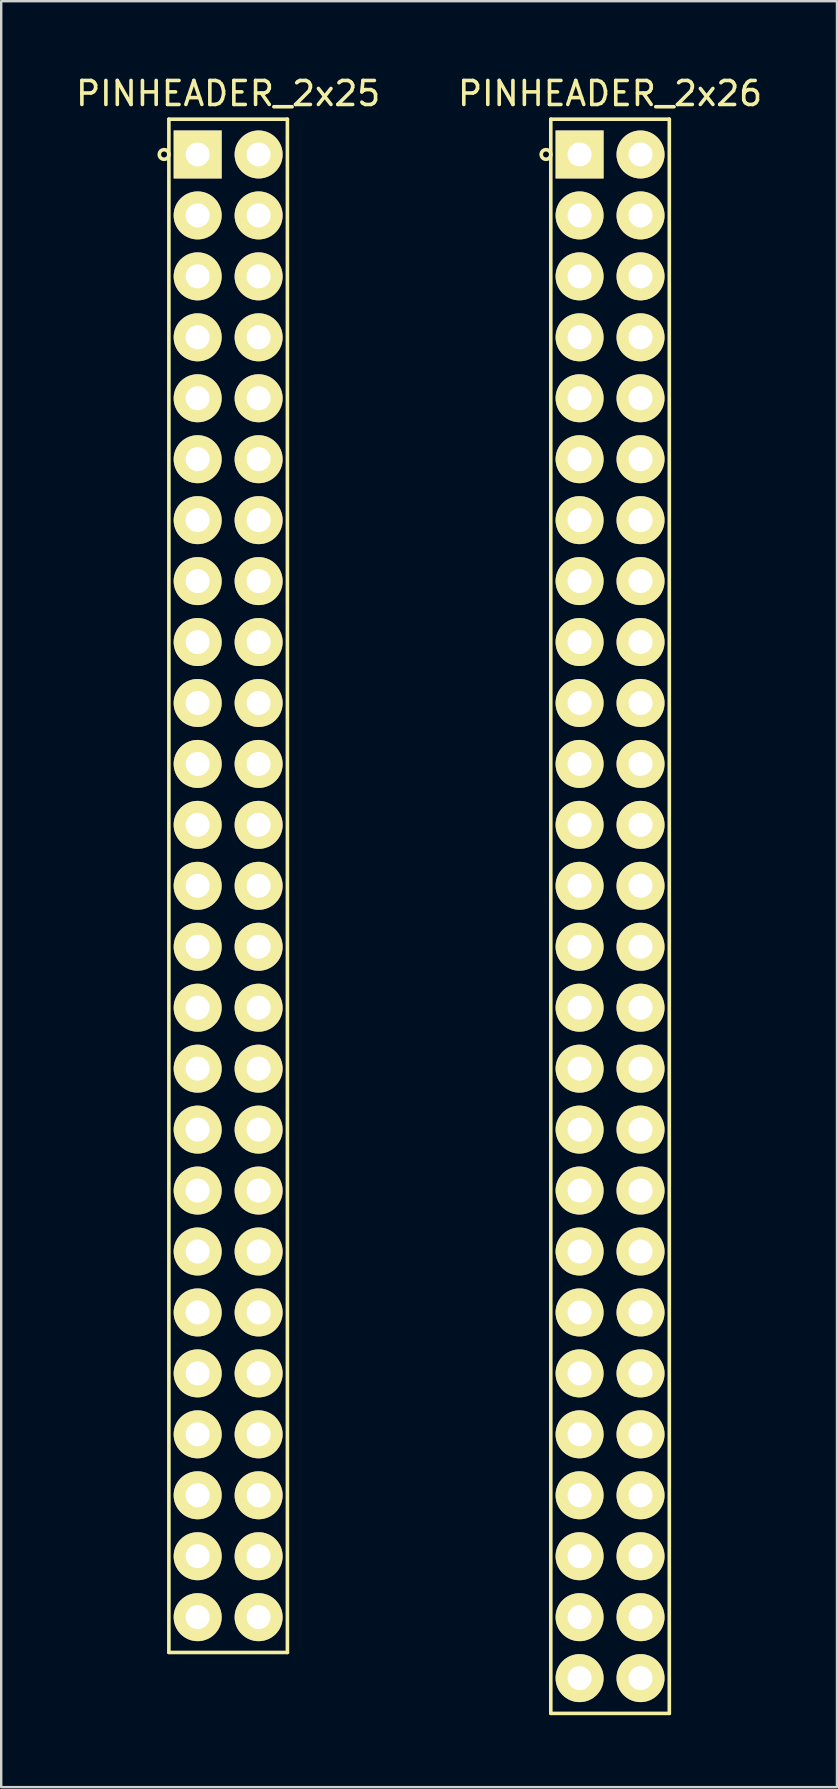
<source format=kicad_pcb>
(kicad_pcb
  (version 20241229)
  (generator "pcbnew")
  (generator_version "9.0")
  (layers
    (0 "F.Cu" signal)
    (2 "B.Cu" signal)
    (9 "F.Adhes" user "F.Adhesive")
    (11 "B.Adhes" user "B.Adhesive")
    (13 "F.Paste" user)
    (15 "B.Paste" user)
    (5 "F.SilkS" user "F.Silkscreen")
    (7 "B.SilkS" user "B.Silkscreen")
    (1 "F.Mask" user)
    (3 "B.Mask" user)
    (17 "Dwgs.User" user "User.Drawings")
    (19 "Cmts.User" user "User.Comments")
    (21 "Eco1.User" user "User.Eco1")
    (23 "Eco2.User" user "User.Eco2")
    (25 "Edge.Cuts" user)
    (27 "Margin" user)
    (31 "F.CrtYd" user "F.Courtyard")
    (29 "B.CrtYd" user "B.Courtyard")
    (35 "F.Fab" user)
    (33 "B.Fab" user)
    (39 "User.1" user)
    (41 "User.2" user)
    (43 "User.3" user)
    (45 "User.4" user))
  (footprint "PINHEADER_2x25"
    (layer "F.Cu")
    (at 5.188 3.388)
    (property "Reference" "PINHEADER_2x25" (at 1.27 -2.54 0) (layer "F.SilkS") (effects (font (size 1 1) (thickness 0.15))))
    (attr through_hole)
    (fp_line (start -1.2 -1.47) (end 3.74 -1.47) (stroke (width 0.15) (type solid)) (layer "F.SilkS"))
    (fp_line (start -1.2 62.43) (end -1.2 -1.47) (stroke (width 0.15) (type solid)) (layer "F.SilkS"))
    (fp_line (start 3.74 -1.47) (end 3.74 62.43) (stroke (width 0.15) (type solid)) (layer "F.SilkS"))
    (fp_line (start 3.74 62.43) (end -1.2 62.43) (stroke (width 0.15) (type solid)) (layer "F.SilkS"))
    (fp_circle (center -1.4 0) (end -1.4 0.2) (stroke (width 0.15) (type solid)) (fill no) (layer "F.SilkS"))
    (pad "1" thru_hole rect (at 0 0) (size 2 2) (drill 1) (layers "*.Cu" "*.Mask" "F.SilkS"))
    (pad "2" thru_hole circle (at 0 2.54) (size 2 2) (drill 1) (layers "*.Cu" "*.Mask" "F.SilkS"))
    (pad "3" thru_hole circle (at 0 5.08) (size 2 2) (drill 1) (layers "*.Cu" "*.Mask" "F.SilkS"))
    (pad "4" thru_hole circle (at 0 7.62) (size 2 2) (drill 1) (layers "*.Cu" "*.Mask" "F.SilkS"))
    (pad "5" thru_hole circle (at 0 10.16) (size 2 2) (drill 1) (layers "*.Cu" "*.Mask" "F.SilkS"))
    (pad "6" thru_hole circle (at 0 12.7) (size 2 2) (drill 1) (layers "*.Cu" "*.Mask" "F.SilkS"))
    (pad "7" thru_hole circle (at 0 15.24) (size 2 2) (drill 1) (layers "*.Cu" "*.Mask" "F.SilkS"))
    (pad "8" thru_hole circle (at 0 17.78) (size 2 2) (drill 1) (layers "*.Cu" "*.Mask" "F.SilkS"))
    (pad "9" thru_hole circle (at 0 20.32) (size 2 2) (drill 1) (layers "*.Cu" "*.Mask" "F.SilkS"))
    (pad "10" thru_hole circle (at 0 22.86) (size 2 2) (drill 1) (layers "*.Cu" "*.Mask" "F.SilkS"))
    (pad "11" thru_hole circle (at 0 25.4) (size 2 2) (drill 1) (layers "*.Cu" "*.Mask" "F.SilkS"))
    (pad "12" thru_hole circle (at 0 27.94) (size 2 2) (drill 1) (layers "*.Cu" "*.Mask" "F.SilkS"))
    (pad "13" thru_hole circle (at 0 30.48) (size 2 2) (drill 1) (layers "*.Cu" "*.Mask" "F.SilkS"))
    (pad "14" thru_hole circle (at 0 33.02) (size 2 2) (drill 1) (layers "*.Cu" "*.Mask" "F.SilkS"))
    (pad "15" thru_hole circle (at 0 35.56) (size 2 2) (drill 1) (layers "*.Cu" "*.Mask" "F.SilkS"))
    (pad "16" thru_hole circle (at 0 38.1) (size 2 2) (drill 1) (layers "*.Cu" "*.Mask" "F.SilkS"))
    (pad "17" thru_hole circle (at 0 40.64) (size 2 2) (drill 1) (layers "*.Cu" "*.Mask" "F.SilkS"))
    (pad "18" thru_hole circle (at 0 43.18) (size 2 2) (drill 1) (layers "*.Cu" "*.Mask" "F.SilkS"))
    (pad "19" thru_hole circle (at 0 45.72) (size 2 2) (drill 1) (layers "*.Cu" "*.Mask" "F.SilkS"))
    (pad "20" thru_hole circle (at 0 48.26) (size 2 2) (drill 1) (layers "*.Cu" "*.Mask" "F.SilkS"))
    (pad "21" thru_hole circle (at 0 50.8) (size 2 2) (drill 1) (layers "*.Cu" "*.Mask" "F.SilkS"))
    (pad "22" thru_hole circle (at 0 53.34) (size 2 2) (drill 1) (layers "*.Cu" "*.Mask" "F.SilkS"))
    (pad "23" thru_hole circle (at 0 55.88) (size 2 2) (drill 1) (layers "*.Cu" "*.Mask" "F.SilkS"))
    (pad "24" thru_hole circle (at 0 58.42) (size 2 2) (drill 1) (layers "*.Cu" "*.Mask" "F.SilkS"))
    (pad "25" thru_hole circle (at 0 60.96) (size 2 2) (drill 1) (layers "*.Cu" "*.Mask" "F.SilkS"))
    (pad "26" thru_hole circle (at 2.54 60.96) (size 2 2) (drill 1) (layers "*.Cu" "*.Mask" "F.SilkS"))
    (pad "27" thru_hole circle (at 2.54 58.42) (size 2 2) (drill 1) (layers "*.Cu" "*.Mask" "F.SilkS"))
    (pad "28" thru_hole circle (at 2.54 55.88) (size 2 2) (drill 1) (layers "*.Cu" "*.Mask" "F.SilkS"))
    (pad "29" thru_hole circle (at 2.54 53.34) (size 2 2) (drill 1) (layers "*.Cu" "*.Mask" "F.SilkS"))
    (pad "30" thru_hole circle (at 2.54 50.8) (size 2 2) (drill 1) (layers "*.Cu" "*.Mask" "F.SilkS"))
    (pad "31" thru_hole circle (at 2.54 48.26) (size 2 2) (drill 1) (layers "*.Cu" "*.Mask" "F.SilkS"))
    (pad "32" thru_hole circle (at 2.54 45.72) (size 2 2) (drill 1) (layers "*.Cu" "*.Mask" "F.SilkS"))
    (pad "33" thru_hole circle (at 2.54 43.18) (size 2 2) (drill 1) (layers "*.Cu" "*.Mask" "F.SilkS"))
    (pad "34" thru_hole circle (at 2.54 40.64) (size 2 2) (drill 1) (layers "*.Cu" "*.Mask" "F.SilkS"))
    (pad "35" thru_hole circle (at 2.54 38.1) (size 2 2) (drill 1) (layers "*.Cu" "*.Mask" "F.SilkS"))
    (pad "36" thru_hole circle (at 2.54 35.56) (size 2 2) (drill 1) (layers "*.Cu" "*.Mask" "F.SilkS"))
    (pad "37" thru_hole circle (at 2.54 33.02) (size 2 2) (drill 1) (layers "*.Cu" "*.Mask" "F.SilkS"))
    (pad "38" thru_hole circle (at 2.54 30.48) (size 2 2) (drill 1) (layers "*.Cu" "*.Mask" "F.SilkS"))
    (pad "39" thru_hole circle (at 2.54 27.94) (size 2 2) (drill 1) (layers "*.Cu" "*.Mask" "F.SilkS"))
    (pad "40" thru_hole circle (at 2.54 25.4) (size 2 2) (drill 1) (layers "*.Cu" "*.Mask" "F.SilkS"))
    (pad "41" thru_hole circle (at 2.54 22.86) (size 2 2) (drill 1) (layers "*.Cu" "*.Mask" "F.SilkS"))
    (pad "42" thru_hole circle (at 2.54 20.32) (size 2 2) (drill 1) (layers "*.Cu" "*.Mask" "F.SilkS"))
    (pad "43" thru_hole circle (at 2.54 17.78) (size 2 2) (drill 1) (layers "*.Cu" "*.Mask" "F.SilkS"))
    (pad "44" thru_hole circle (at 2.54 15.24) (size 2 2) (drill 1) (layers "*.Cu" "*.Mask" "F.SilkS"))
    (pad "45" thru_hole circle (at 2.54 12.7) (size 2 2) (drill 1) (layers "*.Cu" "*.Mask" "F.SilkS"))
    (pad "46" thru_hole circle (at 2.54 10.16) (size 2 2) (drill 1) (layers "*.Cu" "*.Mask" "F.SilkS"))
    (pad "47" thru_hole circle (at 2.54 7.62) (size 2 2) (drill 1) (layers "*.Cu" "*.Mask" "F.SilkS"))
    (pad "48" thru_hole circle (at 2.54 5.08) (size 2 2) (drill 1) (layers "*.Cu" "*.Mask" "F.SilkS"))
    (pad "49" thru_hole circle (at 2.54 2.54) (size 2 2) (drill 1) (layers "*.Cu" "*.Mask" "F.SilkS"))
    (pad "50" thru_hole circle (at 2.54 0) (size 2 2) (drill 1) (layers "*.Cu" "*.Mask" "F.SilkS")))
  (footprint "PINHEADER_2x26"
    (layer "F.Cu")
    (at 21.105 3.388)
    (property "Reference" "PINHEADER_2x26" (at 1.27 -2.54 0) (layer "F.SilkS") (effects (font (size 1 1) (thickness 0.15))))
    (attr through_hole)
    (fp_line (start -1.2 -1.47) (end 3.74 -1.47) (stroke (width 0.15) (type solid)) (layer "F.SilkS"))
    (fp_line (start -1.2 64.97) (end -1.2 -1.47) (stroke (width 0.15) (type solid)) (layer "F.SilkS"))
    (fp_line (start 3.74 -1.47) (end 3.74 64.97) (stroke (width 0.15) (type solid)) (layer "F.SilkS"))
    (fp_line (start 3.74 64.97) (end -1.2 64.97) (stroke (width 0.15) (type solid)) (layer "F.SilkS"))
    (fp_circle (center -1.4 0) (end -1.4 0.2) (stroke (width 0.15) (type solid)) (fill no) (layer "F.SilkS"))
    (pad "1" thru_hole rect (at 0 0) (size 2 2) (drill 1) (layers "*.Cu" "*.Mask" "F.SilkS"))
    (pad "2" thru_hole circle (at 0 2.54) (size 2 2) (drill 1) (layers "*.Cu" "*.Mask" "F.SilkS"))
    (pad "3" thru_hole circle (at 0 5.08) (size 2 2) (drill 1) (layers "*.Cu" "*.Mask" "F.SilkS"))
    (pad "4" thru_hole circle (at 0 7.62) (size 2 2) (drill 1) (layers "*.Cu" "*.Mask" "F.SilkS"))
    (pad "5" thru_hole circle (at 0 10.16) (size 2 2) (drill 1) (layers "*.Cu" "*.Mask" "F.SilkS"))
    (pad "6" thru_hole circle (at 0 12.7) (size 2 2) (drill 1) (layers "*.Cu" "*.Mask" "F.SilkS"))
    (pad "7" thru_hole circle (at 0 15.24) (size 2 2) (drill 1) (layers "*.Cu" "*.Mask" "F.SilkS"))
    (pad "8" thru_hole circle (at 0 17.78) (size 2 2) (drill 1) (layers "*.Cu" "*.Mask" "F.SilkS"))
    (pad "9" thru_hole circle (at 0 20.32) (size 2 2) (drill 1) (layers "*.Cu" "*.Mask" "F.SilkS"))
    (pad "10" thru_hole circle (at 0 22.86) (size 2 2) (drill 1) (layers "*.Cu" "*.Mask" "F.SilkS"))
    (pad "11" thru_hole circle (at 0 25.4) (size 2 2) (drill 1) (layers "*.Cu" "*.Mask" "F.SilkS"))
    (pad "12" thru_hole circle (at 0 27.94) (size 2 2) (drill 1) (layers "*.Cu" "*.Mask" "F.SilkS"))
    (pad "13" thru_hole circle (at 0 30.48) (size 2 2) (drill 1) (layers "*.Cu" "*.Mask" "F.SilkS"))
    (pad "14" thru_hole circle (at 0 33.02) (size 2 2) (drill 1) (layers "*.Cu" "*.Mask" "F.SilkS"))
    (pad "15" thru_hole circle (at 0 35.56) (size 2 2) (drill 1) (layers "*.Cu" "*.Mask" "F.SilkS"))
    (pad "16" thru_hole circle (at 0 38.1) (size 2 2) (drill 1) (layers "*.Cu" "*.Mask" "F.SilkS"))
    (pad "17" thru_hole circle (at 0 40.64) (size 2 2) (drill 1) (layers "*.Cu" "*.Mask" "F.SilkS"))
    (pad "18" thru_hole circle (at 0 43.18) (size 2 2) (drill 1) (layers "*.Cu" "*.Mask" "F.SilkS"))
    (pad "19" thru_hole circle (at 0 45.72) (size 2 2) (drill 1) (layers "*.Cu" "*.Mask" "F.SilkS"))
    (pad "20" thru_hole circle (at 0 48.26) (size 2 2) (drill 1) (layers "*.Cu" "*.Mask" "F.SilkS"))
    (pad "21" thru_hole circle (at 0 50.8) (size 2 2) (drill 1) (layers "*.Cu" "*.Mask" "F.SilkS"))
    (pad "22" thru_hole circle (at 0 53.34) (size 2 2) (drill 1) (layers "*.Cu" "*.Mask" "F.SilkS"))
    (pad "23" thru_hole circle (at 0 55.88) (size 2 2) (drill 1) (layers "*.Cu" "*.Mask" "F.SilkS"))
    (pad "24" thru_hole circle (at 0 58.42) (size 2 2) (drill 1) (layers "*.Cu" "*.Mask" "F.SilkS"))
    (pad "25" thru_hole circle (at 0 60.96) (size 2 2) (drill 1) (layers "*.Cu" "*.Mask" "F.SilkS"))
    (pad "26" thru_hole circle (at 0 63.5) (size 2 2) (drill 1) (layers "*.Cu" "*.Mask" "F.SilkS"))
    (pad "27" thru_hole circle (at 2.54 63.5) (size 2 2) (drill 1) (layers "*.Cu" "*.Mask" "F.SilkS"))
    (pad "28" thru_hole circle (at 2.54 60.96) (size 2 2) (drill 1) (layers "*.Cu" "*.Mask" "F.SilkS"))
    (pad "29" thru_hole circle (at 2.54 58.42) (size 2 2) (drill 1) (layers "*.Cu" "*.Mask" "F.SilkS"))
    (pad "30" thru_hole circle (at 2.54 55.88) (size 2 2) (drill 1) (layers "*.Cu" "*.Mask" "F.SilkS"))
    (pad "31" thru_hole circle (at 2.54 53.34) (size 2 2) (drill 1) (layers "*.Cu" "*.Mask" "F.SilkS"))
    (pad "32" thru_hole circle (at 2.54 50.8) (size 2 2) (drill 1) (layers "*.Cu" "*.Mask" "F.SilkS"))
    (pad "33" thru_hole circle (at 2.54 48.26) (size 2 2) (drill 1) (layers "*.Cu" "*.Mask" "F.SilkS"))
    (pad "34" thru_hole circle (at 2.54 45.72) (size 2 2) (drill 1) (layers "*.Cu" "*.Mask" "F.SilkS"))
    (pad "35" thru_hole circle (at 2.54 43.18) (size 2 2) (drill 1) (layers "*.Cu" "*.Mask" "F.SilkS"))
    (pad "36" thru_hole circle (at 2.54 40.64) (size 2 2) (drill 1) (layers "*.Cu" "*.Mask" "F.SilkS"))
    (pad "37" thru_hole circle (at 2.54 38.1) (size 2 2) (drill 1) (layers "*.Cu" "*.Mask" "F.SilkS"))
    (pad "38" thru_hole circle (at 2.54 35.56) (size 2 2) (drill 1) (layers "*.Cu" "*.Mask" "F.SilkS"))
    (pad "39" thru_hole circle (at 2.54 33.02) (size 2 2) (drill 1) (layers "*.Cu" "*.Mask" "F.SilkS"))
    (pad "40" thru_hole circle (at 2.54 30.48) (size 2 2) (drill 1) (layers "*.Cu" "*.Mask" "F.SilkS"))
    (pad "41" thru_hole circle (at 2.54 27.94) (size 2 2) (drill 1) (layers "*.Cu" "*.Mask" "F.SilkS"))
    (pad "42" thru_hole circle (at 2.54 25.4) (size 2 2) (drill 1) (layers "*.Cu" "*.Mask" "F.SilkS"))
    (pad "43" thru_hole circle (at 2.54 22.86) (size 2 2) (drill 1) (layers "*.Cu" "*.Mask" "F.SilkS"))
    (pad "44" thru_hole circle (at 2.54 20.32) (size 2 2) (drill 1) (layers "*.Cu" "*.Mask" "F.SilkS"))
    (pad "45" thru_hole circle (at 2.54 17.78) (size 2 2) (drill 1) (layers "*.Cu" "*.Mask" "F.SilkS"))
    (pad "46" thru_hole circle (at 2.54 15.24) (size 2 2) (drill 1) (layers "*.Cu" "*.Mask" "F.SilkS"))
    (pad "47" thru_hole circle (at 2.54 12.7) (size 2 2) (drill 1) (layers "*.Cu" "*.Mask" "F.SilkS"))
    (pad "48" thru_hole circle (at 2.54 10.16) (size 2 2) (drill 1) (layers "*.Cu" "*.Mask" "F.SilkS"))
    (pad "49" thru_hole circle (at 2.54 7.62) (size 2 2) (drill 1) (layers "*.Cu" "*.Mask" "F.SilkS"))
    (pad "50" thru_hole circle (at 2.54 5.08) (size 2 2) (drill 1) (layers "*.Cu" "*.Mask" "F.SilkS"))
    (pad "51" thru_hole circle (at 2.54 2.54) (size 2 2) (drill 1) (layers "*.Cu" "*.Mask" "F.SilkS"))
    (pad "52" thru_hole circle (at 2.54 0) (size 2 2) (drill 1) (layers "*.Cu" "*.Mask" "F.SilkS")))
  (gr_rect
    (start -3 -3)
    (end 31.833 71.433)
    (stroke (width 0.1) (type default))
    (fill no)
    (layer "Edge.Cuts")))
</source>
